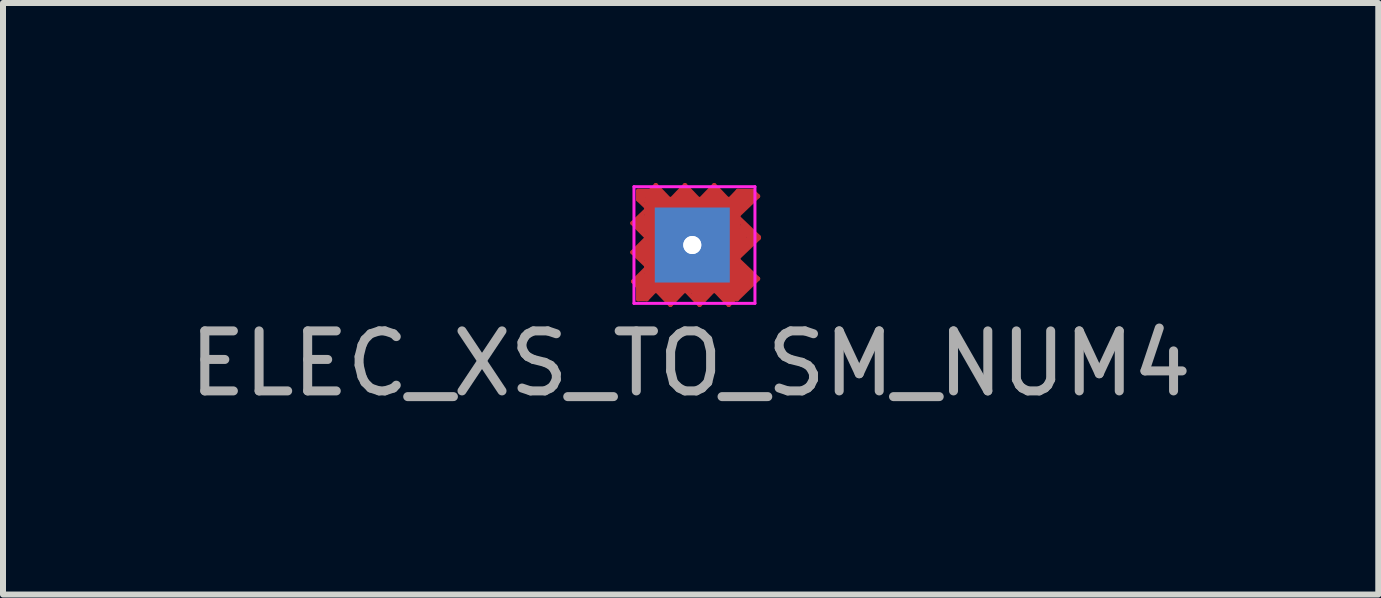
<source format=kicad_pcb>
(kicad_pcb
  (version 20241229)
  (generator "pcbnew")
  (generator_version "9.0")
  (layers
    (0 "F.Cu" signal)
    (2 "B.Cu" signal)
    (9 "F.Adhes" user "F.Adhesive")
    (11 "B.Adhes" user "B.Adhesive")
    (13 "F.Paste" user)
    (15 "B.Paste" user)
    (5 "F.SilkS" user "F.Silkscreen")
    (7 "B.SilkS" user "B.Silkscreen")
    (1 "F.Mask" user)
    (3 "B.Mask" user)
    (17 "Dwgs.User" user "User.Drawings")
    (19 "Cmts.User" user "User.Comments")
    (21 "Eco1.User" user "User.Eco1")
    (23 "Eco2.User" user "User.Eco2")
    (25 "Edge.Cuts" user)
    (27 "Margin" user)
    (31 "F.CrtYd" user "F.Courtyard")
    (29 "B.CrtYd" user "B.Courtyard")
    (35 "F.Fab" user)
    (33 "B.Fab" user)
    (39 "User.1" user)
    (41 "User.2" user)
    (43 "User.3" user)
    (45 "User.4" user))
  (footprint "ELEC_XS_TO_SM_NUM4"
    (layer "F.Cu")
    (at 8.486 1.033)
    (property "Reference" "ELEC_XS_TO_SM_NUM4" (at -0.028 1.976 0) (layer "F.Fab") (effects (font (size 1 1) (thickness 0.15))))
    (attr through_hole)
    (fp_line (start -0.998 -0.365) (end -0.755 -0.122) (stroke (width 0.071) (type solid)) (layer "F.Cu"))
    (fp_line (start -0.998 0.121) (end -0.743 0.364) (stroke (width 0.071) (type solid)) (layer "F.Cu"))
    (fp_line (start -0.902 -0.759) (end -0.743 -0.607) (stroke (width 0.071) (type solid)) (layer "F.Cu"))
    (fp_line (start -0.902 -0.902) (end -0.902 -0.759) (stroke (width 0.071) (type solid)) (layer "F.Cu"))
    (fp_line (start -0.902 -0.902) (end -0.699 -0.902) (stroke (width 0.071) (type solid)) (layer "F.Cu"))
    (fp_line (start -0.902 0.698) (end -0.986 0.607) (stroke (width 0.071) (type solid)) (layer "F.Cu"))
    (fp_line (start -0.902 0.902) (end -0.902 0.699) (stroke (width 0.071) (type solid)) (layer "F.Cu"))
    (fp_line (start -0.902 0.902) (end -0.759 0.902) (stroke (width 0.071) (type solid)) (layer "F.Cu"))
    (fp_line (start -0.856 -0.851) (end -0.742 -0.851) (stroke (width 0.12) (type solid)) (layer "F.Cu"))
    (fp_line (start -0.843 0.734) (end -0.843 0.831) (stroke (width 0.12) (type solid)) (layer "F.Cu"))
    (fp_line (start -0.843 0.831) (end -0.754 0.831) (stroke (width 0.12) (type solid)) (layer "F.Cu"))
    (fp_line (start -0.841 -0.262) (end -0.912 -0.376) (stroke (width 0.12) (type solid)) (layer "F.Cu"))
    (fp_line (start -0.838 -0.455) (end -0.841 -0.262) (stroke (width 0.12) (type solid)) (layer "F.Cu"))
    (fp_line (start -0.838 0.211) (end -0.909 0.107) (stroke (width 0.12) (type solid)) (layer "F.Cu"))
    (fp_line (start -0.838 0.511) (end -0.836 0.699) (stroke (width 0.12) (type solid)) (layer "F.Cu"))
    (fp_line (start -0.836 0.699) (end -0.907 0.597) (stroke (width 0.12) (type solid)) (layer "F.Cu"))
    (fp_line (start -0.833 0.008) (end -0.838 0.211) (stroke (width 0.12) (type solid)) (layer "F.Cu"))
    (fp_line (start -0.831 -0.843) (end -0.836 -0.757) (stroke (width 0.12) (type solid)) (layer "F.Cu"))
    (fp_line (start -0.755 -0.122) (end -0.998 0.121) (stroke (width 0.071) (type solid)) (layer "F.Cu"))
    (fp_line (start -0.752 -0.752) (end -0.752 0.752) (stroke (width 0.1) (type solid)) (layer "F.Cu"))
    (fp_line (start -0.743 -0.607) (end -0.998 -0.365) (stroke (width 0.071) (type solid)) (layer "F.Cu"))
    (fp_line (start -0.743 0.364) (end -0.986 0.607) (stroke (width 0.071) (type solid)) (layer "F.Cu"))
    (fp_line (start -0.706 -0.846) (end -0.599 -0.917) (stroke (width 0.12) (type solid)) (layer "F.Cu"))
    (fp_line (start -0.66 -0.66) (end 0.66 -0.66) (stroke (width 0.2) (type solid)) (layer "F.Cu"))
    (fp_line (start -0.66 0.635) (end -0.66 -0.635) (stroke (width 0.2) (type solid)) (layer "F.Cu"))
    (fp_line (start -0.608 -0.998) (end -0.699 -0.902) (stroke (width 0.071) (type solid)) (layer "F.Cu"))
    (fp_line (start -0.607 0.743) (end -0.759 0.902) (stroke (width 0.071) (type solid)) (layer "F.Cu"))
    (fp_line (start -0.511 -0.846) (end -0.706 -0.846) (stroke (width 0.12) (type solid)) (layer "F.Cu"))
    (fp_line (start -0.465 0.836) (end -0.262 0.836) (stroke (width 0.12) (type solid)) (layer "F.Cu"))
    (fp_line (start -0.365 -0.743) (end -0.608 -0.998) (stroke (width 0.071) (type solid)) (layer "F.Cu"))
    (fp_line (start -0.364 0.998) (end -0.607 0.743) (stroke (width 0.071) (type solid)) (layer "F.Cu"))
    (fp_line (start -0.262 0.836) (end -0.376 0.904) (stroke (width 0.12) (type solid)) (layer "F.Cu"))
    (fp_line (start -0.216 -0.846) (end -0.114 -0.907) (stroke (width 0.12) (type solid)) (layer "F.Cu"))
    (fp_line (start -0.122 -0.998) (end -0.365 -0.743) (stroke (width 0.071) (type solid)) (layer "F.Cu"))
    (fp_line (start -0.121 0.743) (end -0.364 0.998) (stroke (width 0.071) (type solid)) (layer "F.Cu"))
    (fp_line (start -0.023 -0.846) (end -0.216 -0.846) (stroke (width 0.12) (type solid)) (layer "F.Cu"))
    (fp_line (start 0.033 0.841) (end 0.221 0.841) (stroke (width 0.12) (type solid)) (layer "F.Cu"))
    (fp_line (start 0.121 -0.743) (end -0.122 -0.998) (stroke (width 0.071) (type solid)) (layer "F.Cu"))
    (fp_line (start 0.122 0.998) (end -0.121 0.743) (stroke (width 0.071) (type solid)) (layer "F.Cu"))
    (fp_line (start 0.221 0.841) (end 0.112 0.917) (stroke (width 0.12) (type solid)) (layer "F.Cu"))
    (fp_line (start 0.259 -0.833) (end 0.376 -0.899) (stroke (width 0.12) (type solid)) (layer "F.Cu"))
    (fp_line (start 0.365 -0.998) (end 0.121 -0.743) (stroke (width 0.071) (type solid)) (layer "F.Cu"))
    (fp_line (start 0.365 0.743) (end 0.122 0.998) (stroke (width 0.071) (type solid)) (layer "F.Cu"))
    (fp_line (start 0.47 -0.831) (end 0.259 -0.833) (stroke (width 0.12) (type solid)) (layer "F.Cu"))
    (fp_line (start 0.498 0.838) (end 0.747 0.841) (stroke (width 0.12) (type solid)) (layer "F.Cu"))
    (fp_line (start 0.607 -0.743) (end 0.365 -0.998) (stroke (width 0.071) (type solid)) (layer "F.Cu"))
    (fp_line (start 0.608 0.998) (end 0.365 0.743) (stroke (width 0.071) (type solid)) (layer "F.Cu"))
    (fp_line (start 0.608 0.998) (end 0.699 0.902) (stroke (width 0.071) (type solid)) (layer "F.Cu"))
    (fp_line (start 0.66 -0.66) (end 0.66 0.635) (stroke (width 0.2) (type solid)) (layer "F.Cu"))
    (fp_line (start 0.66 0.635) (end -0.66 0.635) (stroke (width 0.2) (type solid)) (layer "F.Cu"))
    (fp_line (start 0.736 -0.469) (end 1.096 -0.125) (stroke (width 0.1) (type solid)) (layer "F.Cu"))
    (fp_line (start 0.736 0.219) (end 1.096 0.562) (stroke (width 0.071) (type solid)) (layer "F.Cu"))
    (fp_line (start 0.742 -0.828) (end 1.013 -0.828) (stroke (width 0.12) (type solid)) (layer "F.Cu"))
    (fp_line (start 0.745 0.902) (end 0.699 0.902) (stroke (width 0.071) (type solid)) (layer "F.Cu"))
    (fp_line (start 0.747 0.841) (end 0.607 0.897) (stroke (width 0.12) (type solid)) (layer "F.Cu"))
    (fp_line (start 0.752 -0.752) (end -0.752 -0.752) (stroke (width 0.1) (type solid)) (layer "F.Cu"))
    (fp_line (start 0.752 -0.752) (end 0.752 0.787) (stroke (width 0.1) (type solid)) (layer "F.Cu"))
    (fp_line (start 0.752 0.752) (end -0.752 0.752) (stroke (width 0.1) (type solid)) (layer "F.Cu"))
    (fp_line (start 0.759 -0.902) (end 0.607 -0.743) (stroke (width 0.071) (type solid)) (layer "F.Cu"))
    (fp_line (start 0.815 -0.612) (end 0.846 -0.754) (stroke (width 0.12) (type solid)) (layer "F.Cu"))
    (fp_line (start 0.826 0.378) (end 0.833 0.747) (stroke (width 0.12) (type solid)) (layer "F.Cu"))
    (fp_line (start 0.833 0.747) (end 1.003 0.566) (stroke (width 0.12) (type solid)) (layer "F.Cu"))
    (fp_line (start 0.843 -0.292) (end 0.851 0.058) (stroke (width 0.12) (type solid)) (layer "F.Cu"))
    (fp_line (start 0.851 0.058) (end 0.978 -0.135) (stroke (width 0.12) (type solid)) (layer "F.Cu"))
    (fp_line (start 0.886 0.439) (end 0.902 0.587) (stroke (width 0.12) (type solid)) (layer "F.Cu"))
    (fp_line (start 0.978 -0.135) (end 0.871 -0.251) (stroke (width 0.12) (type solid)) (layer "F.Cu"))
    (fp_line (start 1.003 0.566) (end 0.886 0.439) (stroke (width 0.12) (type solid)) (layer "F.Cu"))
    (fp_line (start 1.003 -0.902) (end 0.759 -0.902) (stroke (width 0.071) (type solid)) (layer "F.Cu"))
    (fp_line (start 1.013 -0.828) (end 0.815 -0.612) (stroke (width 0.12) (type solid)) (layer "F.Cu"))
    (fp_line (start 1.096 -0.813) (end 0.736 -0.469) (stroke (width 0.071) (type solid)) (layer "F.Cu"))
    (fp_line (start 1.096 -0.813) (end 1.003 -0.902) (stroke (width 0.071) (type solid)) (layer "F.Cu"))
    (fp_line (start 1.096 -0.125) (end 0.736 0.219) (stroke (width 0.1) (type solid)) (layer "F.Cu"))
    (fp_line (start 1.096 0.562) (end 0.745 0.902) (stroke (width 0.071) (type solid)) (layer "F.Cu"))
    (fp_line (start -0.972 -0.972) (end -0.972 0.972) (stroke (width 0.05) (type solid)) (layer "F.CrtYd"))
    (fp_line (start -0.972 -0.972) (end 1.044 -0.972) (stroke (width 0.05) (type solid)) (layer "F.CrtYd"))
    (fp_line (start -0.972 0.972) (end 1.044 0.972) (stroke (width 0.05) (type solid)) (layer "F.CrtYd"))
    (fp_line (start 1.044 -0.972) (end 1.044 0.972) (stroke (width 0.05) (type solid)) (layer "F.CrtYd"))
    (pad "1" thru_hole circle (at 0 0) (size 0.605 0.605) (drill 0.3) (layers "*.Cu" "*.Mask"))
    (pad "1" thru_hole rect (at 0 0) (size 1.25 1.25) (drill 0.3) (layers "F.Cu" "F.Mask")))
  (gr_rect
    (start -3 -3)
    (end 19.917 6.857)
    (stroke (width 0.1) (type default))
    (fill no)
    (layer "Edge.Cuts")))
</source>
